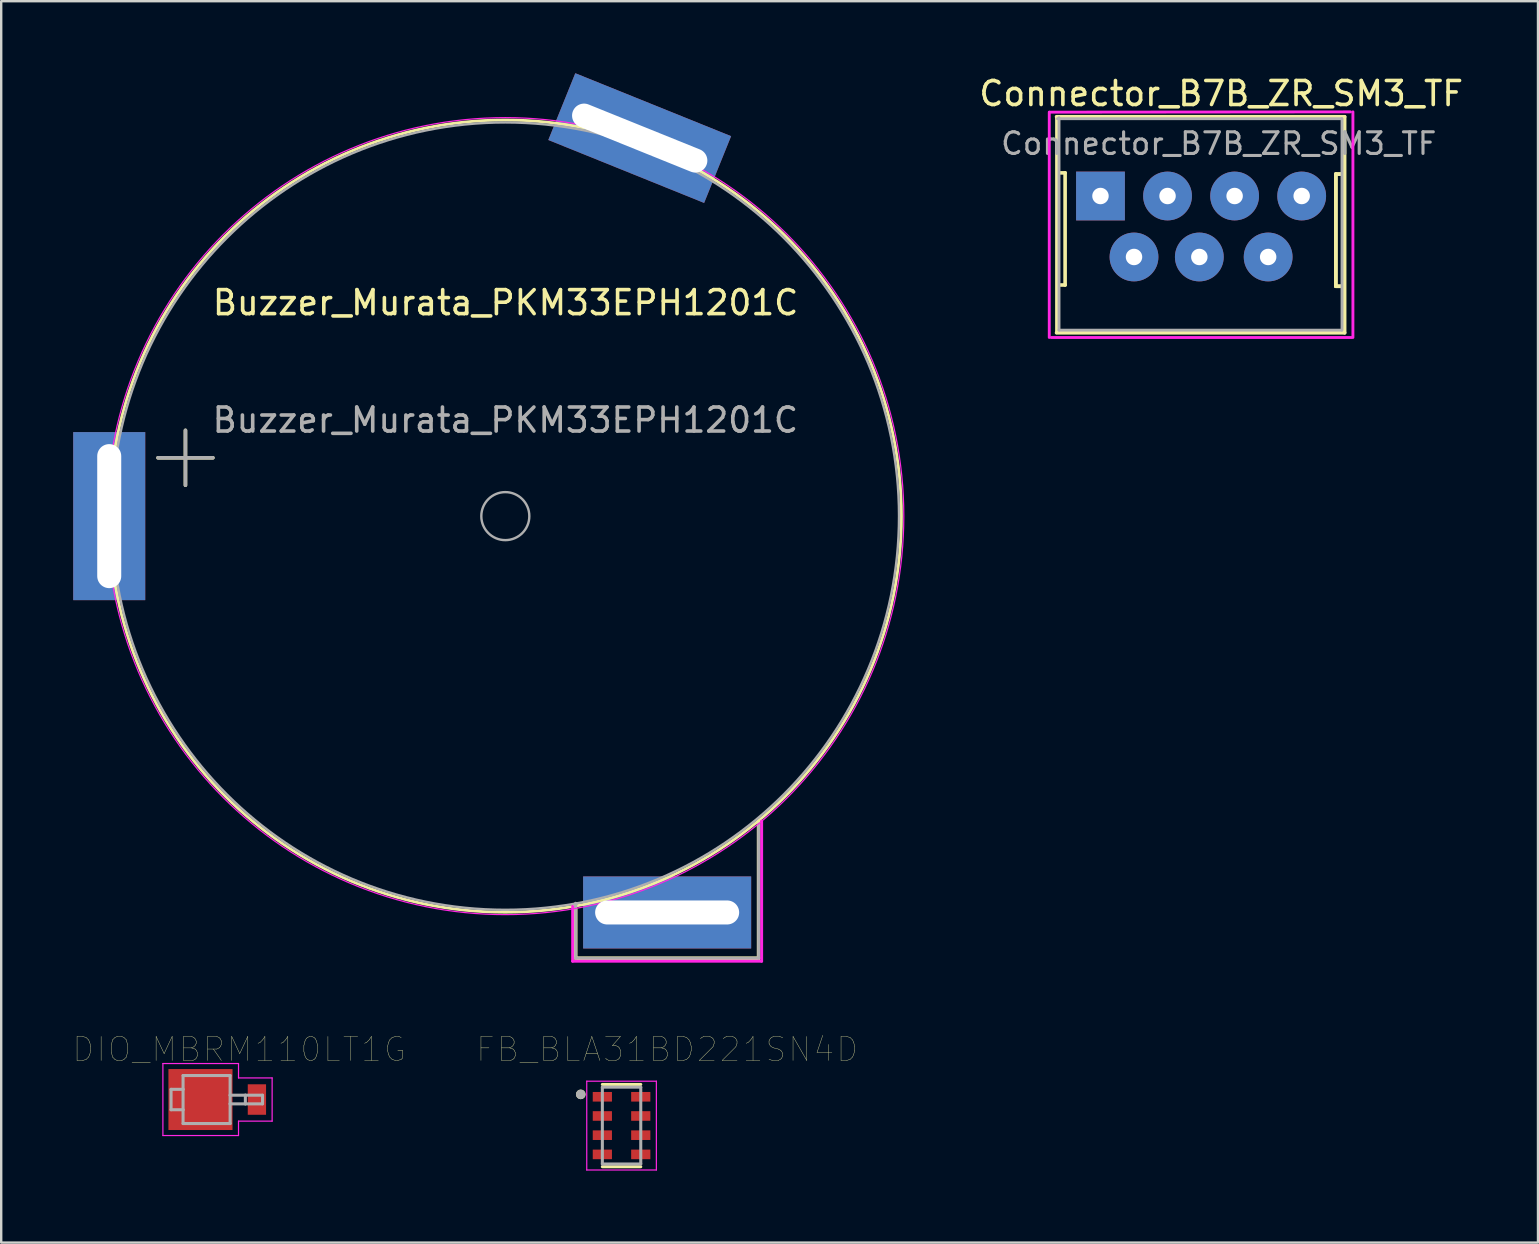
<source format=kicad_pcb>
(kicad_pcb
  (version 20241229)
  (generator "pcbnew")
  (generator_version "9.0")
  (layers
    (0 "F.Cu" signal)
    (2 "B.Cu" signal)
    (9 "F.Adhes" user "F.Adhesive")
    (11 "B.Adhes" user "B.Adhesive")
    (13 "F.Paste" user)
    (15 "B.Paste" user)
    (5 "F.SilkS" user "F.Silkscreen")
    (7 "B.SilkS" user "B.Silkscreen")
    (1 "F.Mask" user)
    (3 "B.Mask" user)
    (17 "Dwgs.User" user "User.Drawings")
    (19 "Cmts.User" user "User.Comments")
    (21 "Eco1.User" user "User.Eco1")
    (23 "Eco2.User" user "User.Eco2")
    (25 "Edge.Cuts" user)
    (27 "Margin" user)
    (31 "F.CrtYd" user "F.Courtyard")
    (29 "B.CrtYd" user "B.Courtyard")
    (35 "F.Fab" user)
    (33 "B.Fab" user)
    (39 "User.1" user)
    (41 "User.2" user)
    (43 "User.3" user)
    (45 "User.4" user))
  (footprint "FB_BLA31BD221SN4D"
    (layer "F.Cu")
    (at 22.842 43.838)
    (property "Reference" "FB_BLA31BD221SN4D" (at 1.905 -3.175 0) (layer "F.SilkS") (effects (font (size 1 1) (thickness 0.015))))
    (attr through_hole)
    (fp_line (start -0.8 1.714) (end 0.8 1.714) (stroke (width 0.127) (type solid)) (layer "F.SilkS"))
    (fp_line (start 0.8 -1.714) (end -0.8 -1.714) (stroke (width 0.127) (type solid)) (layer "F.SilkS"))
    (fp_circle (center -1.7 -1.3) (end -1.6 -1.3) (stroke (width 0.2) (type solid)) (fill no) (layer "F.SilkS"))
    (fp_line (start -1.45 -1.85) (end 1.45 -1.85) (stroke (width 0.05) (type solid)) (layer "F.CrtYd"))
    (fp_line (start -1.45 1.85) (end -1.45 -1.85) (stroke (width 0.05) (type solid)) (layer "F.CrtYd"))
    (fp_line (start 1.45 -1.85) (end 1.45 1.85) (stroke (width 0.05) (type solid)) (layer "F.CrtYd"))
    (fp_line (start 1.45 1.85) (end -1.45 1.85) (stroke (width 0.05) (type solid)) (layer "F.CrtYd"))
    (fp_line (start -0.8 -1.6) (end -0.8 1.6) (stroke (width 0.127) (type solid)) (layer "F.Fab"))
    (fp_line (start -0.8 1.6) (end 0.8 1.6) (stroke (width 0.127) (type solid)) (layer "F.Fab"))
    (fp_line (start 0.8 -1.6) (end -0.8 -1.6) (stroke (width 0.127) (type solid)) (layer "F.Fab"))
    (fp_line (start 0.8 1.6) (end 0.8 -1.6) (stroke (width 0.127) (type solid)) (layer "F.Fab"))
    (fp_circle (center -1.7 -1.3) (end -1.6 -1.3) (stroke (width 0.2) (type solid)) (fill no) (layer "F.Fab"))
    (pad "1" smd rect (at -0.8 -1.2) (size 0.8 0.4) (layers "F.Cu" "F.Mask" "F.Paste"))
    (pad "2" smd rect (at -0.8 -0.4) (size 0.8 0.4) (layers "F.Cu" "F.Mask" "F.Paste"))
    (pad "3" smd rect (at -0.8 0.4) (size 0.8 0.4) (layers "F.Cu" "F.Mask" "F.Paste"))
    (pad "4" smd rect (at -0.8 1.2) (size 0.8 0.4) (layers "F.Cu" "F.Mask" "F.Paste"))
    (pad "5" smd rect (at 0.8 -1.2) (size 0.8 0.4) (layers "F.Cu" "F.Mask" "F.Paste"))
    (pad "6" smd rect (at 0.8 -0.4) (size 0.8 0.4) (layers "F.Cu" "F.Mask" "F.Paste"))
    (pad "7" smd rect (at 0.8 0.4) (size 0.8 0.4) (layers "F.Cu" "F.Mask" "F.Paste"))
    (pad "8" smd rect (at 0.8 1.2) (size 0.8 0.4) (layers "F.Cu" "F.Mask" "F.Paste")))
  (footprint "DIO_MBRM110LT1G"
    (layer "F.Cu")
    (at 6.536 42.753)
    (property "Reference" "DIO_MBRM110LT1G" (at 0.376 -2.089 0) (layer "F.SilkS") (effects (font (size 1.002 1.002) (thickness 0.015))))
    (attr through_hole)
    (fp_line (start -2.8 -1.5) (end 0.35 -1.5) (stroke (width 0.05) (type solid)) (layer "F.CrtYd"))
    (fp_line (start -2.8 1.5) (end -2.8 -1.5) (stroke (width 0.05) (type solid)) (layer "F.CrtYd"))
    (fp_line (start 0.35 -1.5) (end 0.35 -0.9) (stroke (width 0.05) (type solid)) (layer "F.CrtYd"))
    (fp_line (start 0.35 -0.9) (end 1.75 -0.9) (stroke (width 0.05) (type solid)) (layer "F.CrtYd"))
    (fp_line (start 0.35 0.9) (end 0.35 1.5) (stroke (width 0.05) (type solid)) (layer "F.CrtYd"))
    (fp_line (start 0.35 1.5) (end -2.8 1.5) (stroke (width 0.05) (type solid)) (layer "F.CrtYd"))
    (fp_line (start 1.75 -0.9) (end 1.75 0.9) (stroke (width 0.05) (type solid)) (layer "F.CrtYd"))
    (fp_line (start 1.75 0.9) (end 0.35 0.9) (stroke (width 0.05) (type solid)) (layer "F.CrtYd"))
    (fp_line (start -2.46 -0.425) (end -2.46 0.425) (stroke (width 0.127) (type solid)) (layer "F.Fab"))
    (fp_line (start -2.46 0.425) (end -1.96 0.425) (stroke (width 0.127) (type solid)) (layer "F.Fab"))
    (fp_line (start -1.96 -1) (end 0 -1) (stroke (width 0.127) (type solid)) (layer "F.Fab"))
    (fp_line (start -1.96 -0.425) (end -2.46 -0.425) (stroke (width 0.127) (type solid)) (layer "F.Fab"))
    (fp_line (start -1.96 -0.425) (end -1.96 -1) (stroke (width 0.127) (type solid)) (layer "F.Fab"))
    (fp_line (start -1.96 0.425) (end -1.96 -0.425) (stroke (width 0.127) (type solid)) (layer "F.Fab"))
    (fp_line (start -1.96 1) (end -1.96 0.425) (stroke (width 0.127) (type solid)) (layer "F.Fab"))
    (fp_line (start 0 -1) (end 0 -0.18) (stroke (width 0.127) (type solid)) (layer "F.Fab"))
    (fp_line (start 0 -0.18) (end 0 0.18) (stroke (width 0.127) (type solid)) (layer "F.Fab"))
    (fp_line (start 0 -0.18) (end 0.635 -0.18) (stroke (width 0.127) (type solid)) (layer "F.Fab"))
    (fp_line (start 0 0.18) (end 0 1) (stroke (width 0.127) (type solid)) (layer "F.Fab"))
    (fp_line (start 0 1) (end -1.96 1) (stroke (width 0.127) (type solid)) (layer "F.Fab"))
    (fp_line (start 0.635 -0.18) (end 0.635 0.18) (stroke (width 0.127) (type solid)) (layer "F.Fab"))
    (fp_line (start 0.635 -0.18) (end 1.35 -0.18) (stroke (width 0.127) (type solid)) (layer "F.Fab"))
    (fp_line (start 0.635 0.18) (end 0 0.18) (stroke (width 0.127) (type solid)) (layer "F.Fab"))
    (fp_line (start 1.35 -0.18) (end 1.35 0.18) (stroke (width 0.127) (type solid)) (layer "F.Fab"))
    (fp_line (start 1.35 0.18) (end 0.635 0.18) (stroke (width 0.127) (type solid)) (layer "F.Fab"))
    (pad "1" smd rect (at -1.235 0) (size 2.67 2.54) (layers "F.Cu" "F.Mask" "F.Paste"))
    (pad "2" smd rect (at 1.116 0) (size 0.762 1.27) (layers "F.Cu" "F.Mask" "F.Paste")))
  (footprint "Buzzer_Murata_PKM33EPH1201C"
    (layer "F.Cu")
    (at 18.01 18.45)
    (property "Reference" "Buzzer_Murata_PKM33EPH1201C" (at 0 -8.89 0) (layer "F.SilkS") (effects (font (size 1 1) (thickness 0.15))))
    (attr through_hole)
    (fp_line (start 2.921 18.415) (end 2.921 16.383) (stroke (width 0.15) (type solid)) (layer "F.SilkS"))
    (fp_line (start 10.541 12.7) (end 10.541 18.415) (stroke (width 0.15) (type solid)) (layer "F.SilkS"))
    (fp_line (start 10.541 18.415) (end 2.921 18.415) (stroke (width 0.15) (type solid)) (layer "F.SilkS"))
    (fp_circle (center -0.01 0) (end 16.49 0) (stroke (width 0.12) (type solid)) (fill no) (layer "F.SilkS"))
    (fp_line (start 2.794 18.542) (end 2.794 16.256) (stroke (width 0.12) (type solid)) (layer "F.CrtYd"))
    (fp_line (start 10.668 12.7) (end 10.668 18.542) (stroke (width 0.12) (type solid)) (layer "F.CrtYd"))
    (fp_line (start 10.668 18.542) (end 2.794 18.542) (stroke (width 0.12) (type solid)) (layer "F.CrtYd"))
    (fp_circle (center -0.01 0) (end 16.59 0) (stroke (width 0.05) (type solid)) (fill no) (layer "F.CrtYd"))
    (fp_line (start 2.921 16.129) (end 2.921 16.256) (stroke (width 0.12) (type solid)) (layer "F.Fab"))
    (fp_line (start 2.921 16.256) (end 2.921 16.129) (stroke (width 0.12) (type solid)) (layer "F.Fab"))
    (fp_line (start 2.921 16.256) (end 2.921 16.383) (stroke (width 0.12) (type solid)) (layer "F.Fab"))
    (fp_line (start 2.921 18.415) (end 2.921 16.256) (stroke (width 0.12) (type solid)) (layer "F.Fab"))
    (fp_line (start 10.541 12.827) (end 10.541 18.415) (stroke (width 0.12) (type solid)) (layer "F.Fab"))
    (fp_line (start 10.541 18.415) (end 2.921 18.415) (stroke (width 0.12) (type solid)) (layer "F.Fab"))
    (fp_circle (center -0.01 0) (end 0.99 0) (stroke (width 0.1) (type solid)) (fill no) (layer "F.Fab"))
    (fp_circle (center -0.01 0) (end 16.39 0) (stroke (width 0.1) (type solid)) (fill no) (layer "F.Fab"))
    (fp_text user "+" (at -13.335 -2.667 0) (layer "F.SilkS") (effects (font (size 3 3) (thickness 0.15))))
    (fp_text user "+" (at -13.335 -2.667 0) (layer "F.Fab") (effects (font (size 3 3) (thickness 0.15))))
    (fp_text user "${REFERENCE}" (at -0.01 -4 0) (layer "F.Fab") (effects (font (size 1 1) (thickness 0.15))))
    (pad "1" thru_hole rect (at -16.51 0) (size 3 7) (drill oval 1 6) (layers "*.Cu" "*.Mask"))
    (pad "2" thru_hole rect (at 5.588 -15.748 248) (size 3 7) (drill oval 1 6) (layers "*.Cu" "*.Mask"))
    (pad "3" thru_hole rect (at 6.731 16.51 90) (size 3 7) (drill oval 1 6) (layers "*.Cu" "*.Mask")))
  (footprint "Connector_B7B_ZR_SM3_TF"
    (layer "F.Cu")
    (at 42.843 5.115)
    (property "Reference" "Connector_B7B_ZR_SM3_TF" (at 4.978 -4.267 0) (layer "F.SilkS") (effects (font (size 1 1) (thickness 0.15))))
    (attr through_hole)
    (fp_line (start -1.88 -3.302) (end -1.88 5.698) (stroke (width 0.12) (type solid)) (layer "F.SilkS"))
    (fp_line (start -1.88 5.698) (end 10.12 5.698) (stroke (width 0.15) (type solid)) (layer "F.SilkS"))
    (fp_line (start -1.778 3.708) (end -1.524 3.708) (stroke (width 0.15) (type solid)) (layer "F.SilkS"))
    (fp_line (start -1.524 -0.965) (end -1.778 -0.965) (stroke (width 0.15) (type solid)) (layer "F.SilkS"))
    (fp_line (start -1.524 3.708) (end -1.524 -0.965) (stroke (width 0.15) (type solid)) (layer "F.SilkS"))
    (fp_line (start 9.754 -0.914) (end 9.754 3.759) (stroke (width 0.15) (type solid)) (layer "F.SilkS"))
    (fp_line (start 9.754 -0.914) (end 9.754 3.759) (stroke (width 0.15) (type solid)) (layer "F.SilkS"))
    (fp_line (start 9.754 3.759) (end 10.008 3.759) (stroke (width 0.15) (type solid)) (layer "F.SilkS"))
    (fp_line (start 9.754 3.759) (end 10.008 3.759) (stroke (width 0.15) (type solid)) (layer "F.SilkS"))
    (fp_line (start 10.008 -0.914) (end 9.754 -0.914) (stroke (width 0.15) (type solid)) (layer "F.SilkS"))
    (fp_line (start 10.008 -0.914) (end 9.754 -0.914) (stroke (width 0.15) (type solid)) (layer "F.SilkS"))
    (fp_line (start 10.12 -3.302) (end -1.88 -3.302) (stroke (width 0.15) (type solid)) (layer "F.SilkS"))
    (fp_line (start 10.12 5.698) (end 10.12 -3.302) (stroke (width 0.15) (type solid)) (layer "F.SilkS"))
    (fp_line (start -2.184 5.893) (end -2.184 -3.492) (stroke (width 0.12) (type solid)) (layer "F.CrtYd"))
    (fp_line (start -2.171 -3.492) (end 10.363 -3.505) (stroke (width 0.12) (type solid)) (layer "F.CrtYd"))
    (fp_line (start 10.409 5.895) (end -2.101 5.895) (stroke (width 0.12) (type solid)) (layer "F.CrtYd"))
    (fp_line (start 10.465 5.893) (end 10.465 -3.505) (stroke (width 0.12) (type solid)) (layer "F.CrtYd"))
    (fp_line (start -1.84 -3.22) (end 9.991 -3.22) (stroke (width 0.12) (type solid)) (layer "F.Fab"))
    (fp_line (start -1.778 -3.26) (end -1.778 5.58) (stroke (width 0.12) (type solid)) (layer "F.Fab"))
    (fp_line (start -1.778 5.588) (end 9.991 5.588) (stroke (width 0.12) (type solid)) (layer "F.Fab"))
    (fp_line (start 10.011 5.588) (end 10.011 -3.225) (stroke (width 0.12) (type solid)) (layer "F.Fab"))
    (fp_text user "${REFERENCE}" (at 4.877 -2.184 0) (layer "F.Fab") (effects (font (size 0.9 0.9) (thickness 0.13))))
    (pad "1" thru_hole rect (at -0.051 0) (size 2.032 2.032) (drill 0.686) (layers "*.Cu" "*.Mask"))
    (pad "2" thru_hole circle (at 1.346 2.54) (size 2.032 2.032) (drill 0.686) (layers "*.Cu" "*.Mask"))
    (pad "3" thru_hole circle (at 2.743 0) (size 2.032 2.032) (drill 0.686) (layers "*.Cu" "*.Mask"))
    (pad "4" thru_hole circle (at 4.067 2.54) (size 2.032 2.032) (drill 0.686) (layers "*.Cu" "*.Mask"))
    (pad "5" thru_hole circle (at 5.537 0) (size 2.032 2.032) (drill 0.686) (layers "*.Cu" "*.Mask"))
    (pad "6" thru_hole circle (at 6.934 2.54) (size 2.032 2.032) (drill 0.686) (layers "*.Cu" "*.Mask"))
    (pad "7" thru_hole circle (at 8.331 0) (size 2.032 2.032) (drill 0.686) (layers "*.Cu" "*.Mask")))
  (gr_rect
    (start -3 -3)
    (end 61.018 48.713)
    (stroke (width 0.1) (type default))
    (fill no)
    (layer "Edge.Cuts")))
</source>
